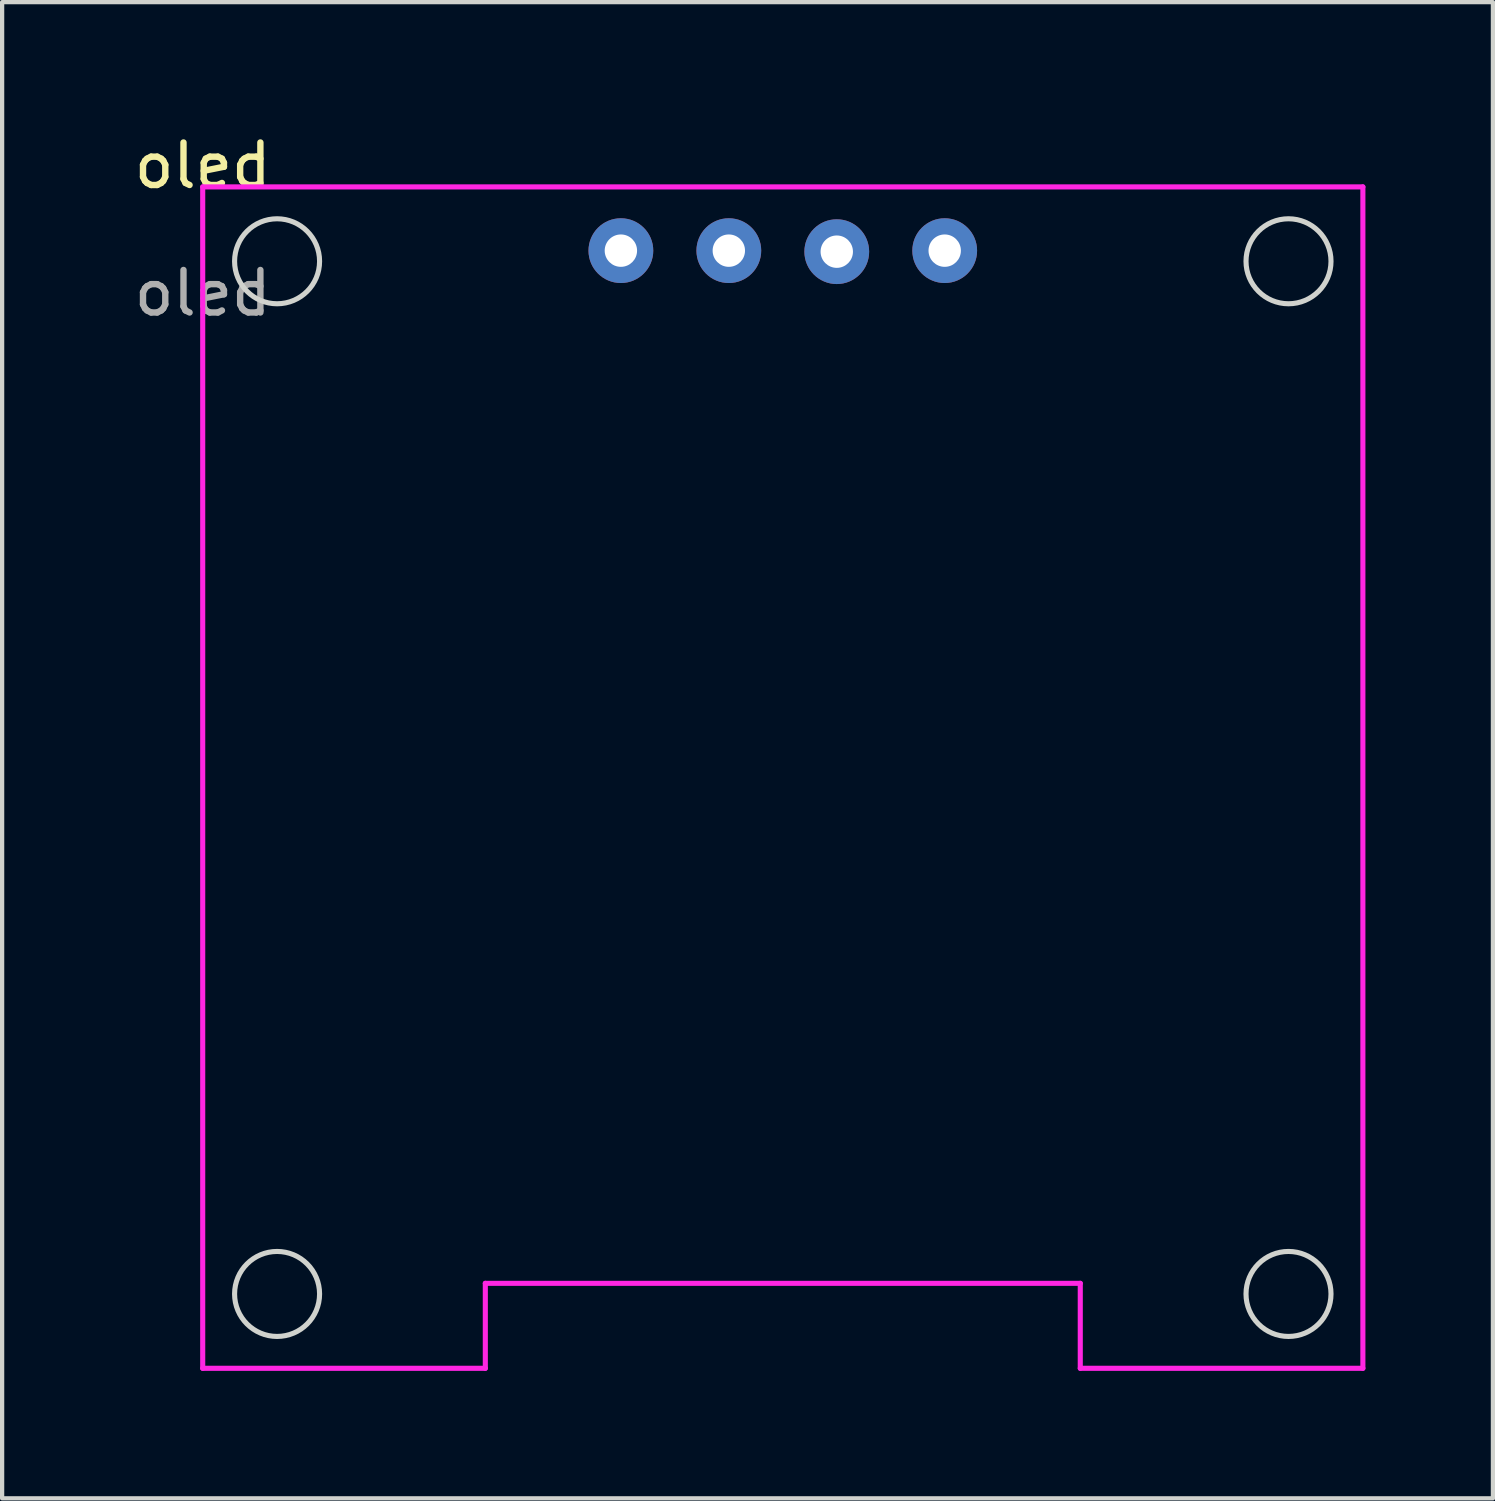
<source format=kicad_pcb>
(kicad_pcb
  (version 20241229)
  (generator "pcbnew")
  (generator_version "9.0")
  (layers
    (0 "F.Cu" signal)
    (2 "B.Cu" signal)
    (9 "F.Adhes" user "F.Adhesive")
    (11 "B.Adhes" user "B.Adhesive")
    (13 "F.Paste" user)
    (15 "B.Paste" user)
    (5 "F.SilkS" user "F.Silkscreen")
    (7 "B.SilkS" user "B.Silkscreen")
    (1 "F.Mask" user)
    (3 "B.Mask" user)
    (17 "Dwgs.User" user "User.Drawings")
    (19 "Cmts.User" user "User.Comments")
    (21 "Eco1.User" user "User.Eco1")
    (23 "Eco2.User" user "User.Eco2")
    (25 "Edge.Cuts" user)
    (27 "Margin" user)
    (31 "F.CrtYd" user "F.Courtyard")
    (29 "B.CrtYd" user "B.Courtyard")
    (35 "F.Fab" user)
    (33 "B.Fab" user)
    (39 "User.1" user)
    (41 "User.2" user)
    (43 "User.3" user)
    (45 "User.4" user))
  (footprint "oled"
    (layer "F.Cu")
    (at 1.72 1.348)
    (property "Reference" "oled" (at 0 -0.5 0) (unlocked yes) (layer "F.SilkS") (effects (font (size 1 1) (thickness 0.15))))
    (attr through_hole)
    (fp_circle (center 1.75 1.75) (end 2.75 1.75) (stroke (width 0.12) (type solid)) (fill no) (layer "Edge.Cuts"))
    (fp_circle (center 1.75 26.05) (end 2.75 26.05) (stroke (width 0.12) (type solid)) (fill no) (layer "Edge.Cuts"))
    (fp_circle (center 25.55 1.75) (end 26.55 1.75) (stroke (width 0.12) (type solid)) (fill no) (layer "Edge.Cuts"))
    (fp_circle (center 25.55 26.05) (end 26.55 26.05) (stroke (width 0.12) (type solid)) (fill no) (layer "Edge.Cuts"))
    (fp_line (start 0 0) (end 27.3 0) (stroke (width 0.12) (type solid)) (layer "F.CrtYd"))
    (fp_line (start 0 27.8) (end 0 0) (stroke (width 0.12) (type solid)) (layer "F.CrtYd"))
    (fp_line (start 6.65 25.8) (end 6.65 27.8) (stroke (width 0.12) (type solid)) (layer "F.CrtYd"))
    (fp_line (start 6.65 27.8) (end 0 27.8) (stroke (width 0.12) (type solid)) (layer "F.CrtYd"))
    (fp_line (start 20.65 25.8) (end 6.65 25.8) (stroke (width 0.12) (type solid)) (layer "F.CrtYd"))
    (fp_line (start 20.65 27.8) (end 20.65 25.8) (stroke (width 0.12) (type solid)) (layer "F.CrtYd"))
    (fp_line (start 27.3 0) (end 27.3 27.8) (stroke (width 0.12) (type solid)) (layer "F.CrtYd"))
    (fp_line (start 27.3 27.8) (end 20.65 27.8) (stroke (width 0.12) (type solid)) (layer "F.CrtYd"))
    (fp_text user "${REFERENCE}" (at 0 2.5 0) (unlocked yes) (layer "F.Fab") (effects (font (size 1 1) (thickness 0.15))))
    (pad "1" thru_hole circle (at 9.84 1.5) (size 1.524 1.524) (drill 0.762) (layers "*.Cu" "*.Mask"))
    (pad "2" thru_hole circle (at 12.38 1.5) (size 1.524 1.524) (drill 0.762) (layers "*.Cu" "*.Mask"))
    (pad "3" thru_hole circle (at 17.46 1.5) (size 1.524 1.524) (drill 0.762) (layers "*.Cu" "*.Mask"))
    (pad "4" thru_hole circle (at 14.92 1.524) (size 1.524 1.524) (drill 0.762) (layers "*.Cu" "*.Mask")))
  (gr_rect
    (start -3 -3)
    (end 32.08 32.208)
    (stroke (width 0.1) (type default))
    (fill no)
    (layer "Edge.Cuts")))
</source>
